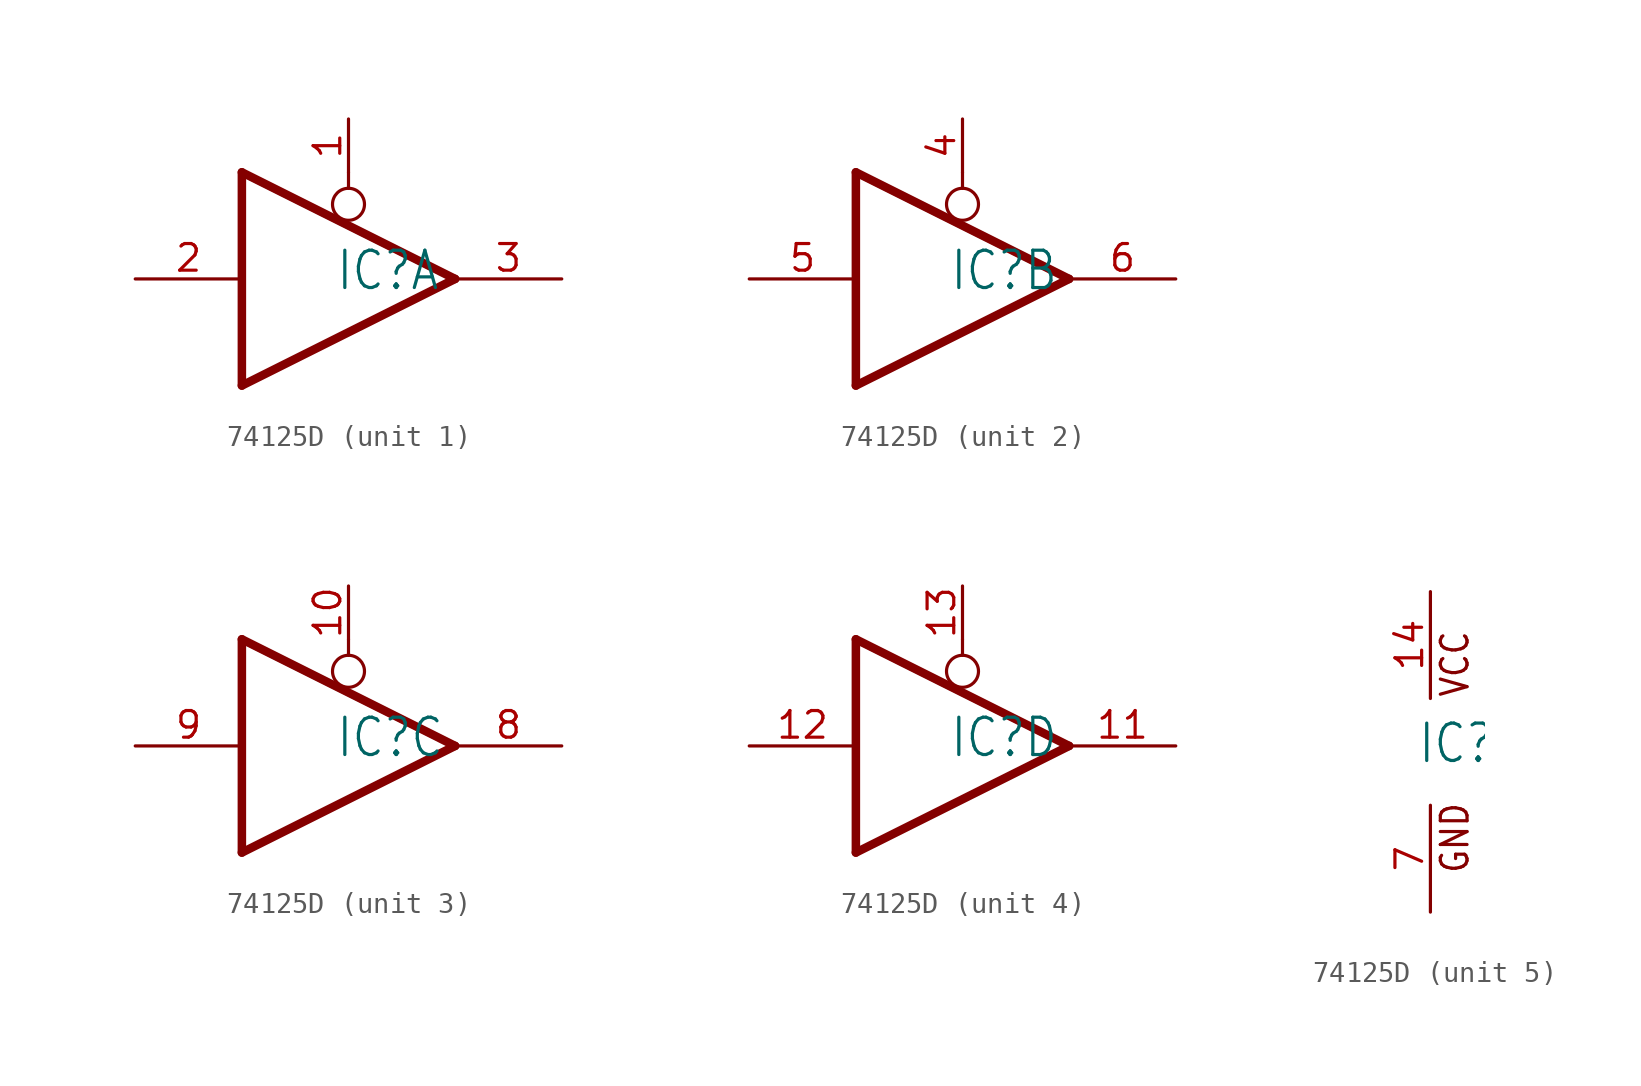
<source format=kicad_sym>
(kicad_symbol_lib
  (version 20231120)
  (generator "kicad_symbol_editor")
  (generator_version "8.99")
  (symbol "74125D"
    (property "Reference" "IC"
      (at -0.635 -0.635 0)
      (effects (font (size 1.778 1.511)) (justify left bottom)))
    (property "ki_locked" ""
      (at 0 0 0)
      (effects (font (size 1.27 1.27))))
    (symbol "74125D_1_0"
      (polyline (pts (xy -5.08 -5.08) (xy -5.08 5.08)) (stroke (width 0.406) (type solid)) (fill (type none)))
      (polyline (pts (xy 0 4.318) (xy 0 5.08)) (stroke (width 0.152) (type solid)) (fill (type none)))
      (polyline (pts (xy 5.08 0) (xy -5.08 -5.08)) (stroke (width 0.406) (type solid)) (fill (type none)))
      (polyline (pts (xy 5.08 0) (xy -5.08 5.08)) (stroke (width 0.406) (type solid)) (fill (type none)))
      (circle (center 0 3.556) (radius 0.762) (stroke (width 0.152) (type solid)) (fill (type none)))
      (pin input line (at 0 7.62 270) (length 2.54) (name "OE" (effects (font (size 0 0)))) (number "1" (effects (font (size 1.27 1.27)))))
      (pin input line (at -10.16 0 0) (length 5.08) (name "I" (effects (font (size 0 0)))) (number "2" (effects (font (size 1.27 1.27)))))
      (pin tri_state line (at 10.16 0 180) (length 5.08) (name "O" (effects (font (size 0 0)))) (number "3" (effects (font (size 1.27 1.27))))))
    (symbol "74125D_2_0"
      (polyline (pts (xy -5.08 -5.08) (xy -5.08 5.08)) (stroke (width 0.406) (type solid)) (fill (type none)))
      (polyline (pts (xy 0 4.318) (xy 0 5.08)) (stroke (width 0.152) (type solid)) (fill (type none)))
      (polyline (pts (xy 5.08 0) (xy -5.08 -5.08)) (stroke (width 0.406) (type solid)) (fill (type none)))
      (polyline (pts (xy 5.08 0) (xy -5.08 5.08)) (stroke (width 0.406) (type solid)) (fill (type none)))
      (circle (center 0 3.556) (radius 0.762) (stroke (width 0.152) (type solid)) (fill (type none)))
      (pin input line (at 0 7.62 270) (length 2.54) (name "OE" (effects (font (size 0 0)))) (number "4" (effects (font (size 1.27 1.27)))))
      (pin input line (at -10.16 0 0) (length 5.08) (name "I" (effects (font (size 0 0)))) (number "5" (effects (font (size 1.27 1.27)))))
      (pin tri_state line (at 10.16 0 180) (length 5.08) (name "O" (effects (font (size 0 0)))) (number "6" (effects (font (size 1.27 1.27))))))
    (symbol "74125D_3_0"
      (polyline (pts (xy -5.08 -5.08) (xy -5.08 5.08)) (stroke (width 0.406) (type solid)) (fill (type none)))
      (polyline (pts (xy 0 4.318) (xy 0 5.08)) (stroke (width 0.152) (type solid)) (fill (type none)))
      (polyline (pts (xy 5.08 0) (xy -5.08 -5.08)) (stroke (width 0.406) (type solid)) (fill (type none)))
      (polyline (pts (xy 5.08 0) (xy -5.08 5.08)) (stroke (width 0.406) (type solid)) (fill (type none)))
      (circle (center 0 3.556) (radius 0.762) (stroke (width 0.152) (type solid)) (fill (type none)))
      (pin input line (at 0 7.62 270) (length 2.54) (name "OE" (effects (font (size 0 0)))) (number "10" (effects (font (size 1.27 1.27)))))
      (pin tri_state line (at 10.16 0 180) (length 5.08) (name "O" (effects (font (size 0 0)))) (number "8" (effects (font (size 1.27 1.27)))))
      (pin input line (at -10.16 0 0) (length 5.08) (name "I" (effects (font (size 0 0)))) (number "9" (effects (font (size 1.27 1.27))))))
    (symbol "74125D_4_0"
      (polyline (pts (xy -5.08 -5.08) (xy -5.08 5.08)) (stroke (width 0.406) (type solid)) (fill (type none)))
      (polyline (pts (xy 0 4.318) (xy 0 5.08)) (stroke (width 0.152) (type solid)) (fill (type none)))
      (polyline (pts (xy 5.08 0) (xy -5.08 -5.08)) (stroke (width 0.406) (type solid)) (fill (type none)))
      (polyline (pts (xy 5.08 0) (xy -5.08 5.08)) (stroke (width 0.406) (type solid)) (fill (type none)))
      (circle (center 0 3.556) (radius 0.762) (stroke (width 0.152) (type solid)) (fill (type none)))
      (pin tri_state line (at 10.16 0 180) (length 5.08) (name "O" (effects (font (size 0 0)))) (number "11" (effects (font (size 1.27 1.27)))))
      (pin input line (at -10.16 0 0) (length 5.08) (name "I" (effects (font (size 0 0)))) (number "12" (effects (font (size 1.27 1.27)))))
      (pin input line (at 0 7.62 270) (length 2.54) (name "OE" (effects (font (size 0 0)))) (number "13" (effects (font (size 1.27 1.27))))))
    (symbol "74125D_5_0"
      (text "GND" (at 1.905 -5.842 900) (effects (font (size 1.27 1.079)) (justify left bottom)))
      (text "VCC" (at 1.905 2.54 900) (effects (font (size 1.27 1.079)) (justify left bottom)))
      (pin power_in line (at 0 7.62 270) (length 5.08) (name "VCC" (effects (font (size 0 0)))) (number "14" (effects (font (size 1.27 1.27)))))
      (pin power_in line (at 0 -7.62 90) (length 5.08) (name "GND" (effects (font (size 0 0)))) (number "7" (effects (font (size 1.27 1.27))))))))
</source>
